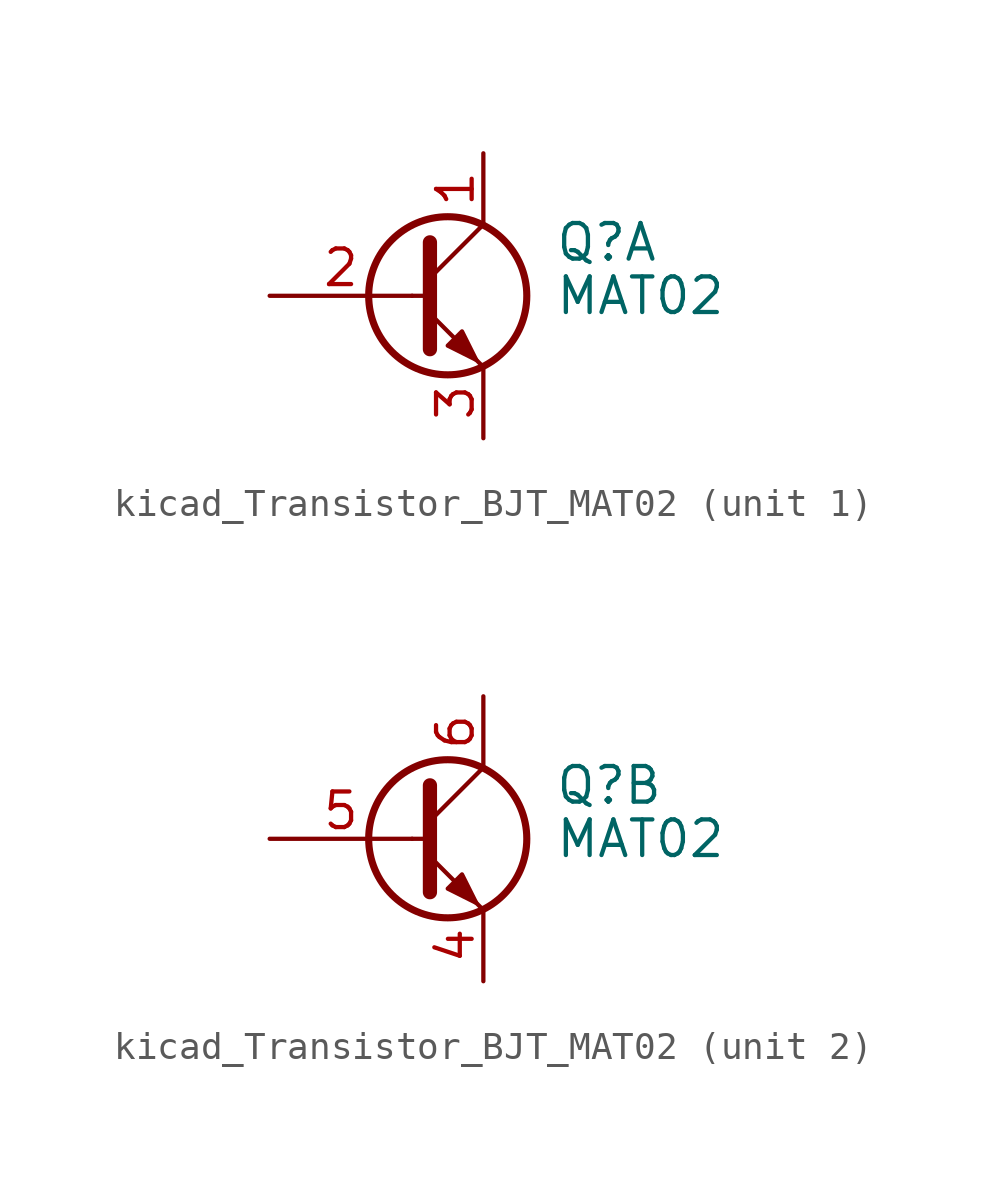
<source format=kicad_sym>
(kicad_symbol_lib
  (version 20220914)
  (generator kicad_symbol_editor)
  (symbol "kicad_Transistor_BJT_MAT02"
    (pin_names
      (offset 0) hide)
    (property "Reference" "Q"
      (at 5.08 1.905 0)
      (effects (font (size 1.27 1.27)) (justify left)))
    (property "Value" "MAT02"
      (at 5.08 0 0)
      (effects (font (size 1.27 1.27)) (justify left)))
    (symbol "kicad_Transistor_BJT_MAT02_0_1"
      (polyline (pts (xy 0 0) (xy 0.635 0)) (stroke (width 0) (type default)) (fill (type none)))
      (polyline (pts (xy 0.635 0.635) (xy 2.54 2.54)) (stroke (width 0) (type default)) (fill (type none)))
      (polyline (pts (xy 0.635 -0.635) (xy 2.54 -2.54) (xy 2.54 -2.54)) (stroke (width 0) (type default)) (fill (type none)))
      (polyline (pts (xy 0.635 1.905) (xy 0.635 -1.905) (xy 0.635 -1.905)) (stroke (width 0.508) (type default)) (fill (type none)))
      (polyline (pts (xy 1.27 -1.778) (xy 1.778 -1.27) (xy 2.286 -2.286) (xy 1.27 -1.778) (xy 1.27 -1.778)) (stroke (width 0) (type default)) (fill (type outline)))
      (circle (center 1.27 0) (radius 2.819) (stroke (width 0.254) (type default)) (fill (type none))))
    (symbol "kicad_Transistor_BJT_MAT02_1_1"
      (pin passive line (at 2.54 5.08 270) (length 2.54) (name "C" (effects (font (size 1.27 1.27)))) (number "1" (effects (font (size 1.27 1.27)))))
      (pin input line (at -5.08 0 0) (length 5.08) (name "B" (effects (font (size 1.27 1.27)))) (number "2" (effects (font (size 1.27 1.27)))))
      (pin passive line (at 2.54 -5.08 90) (length 2.54) (name "E" (effects (font (size 1.27 1.27)))) (number "3" (effects (font (size 1.27 1.27))))))
    (symbol "kicad_Transistor_BJT_MAT02_2_1"
      (pin passive line (at 2.54 -5.08 90) (length 2.54) (name "E" (effects (font (size 1.27 1.27)))) (number "4" (effects (font (size 1.27 1.27)))))
      (pin input line (at -5.08 0 0) (length 5.08) (name "B" (effects (font (size 1.27 1.27)))) (number "5" (effects (font (size 1.27 1.27)))))
      (pin passive line (at 2.54 5.08 270) (length 2.54) (name "C" (effects (font (size 1.27 1.27)))) (number "6" (effects (font (size 1.27 1.27))))))))
</source>
